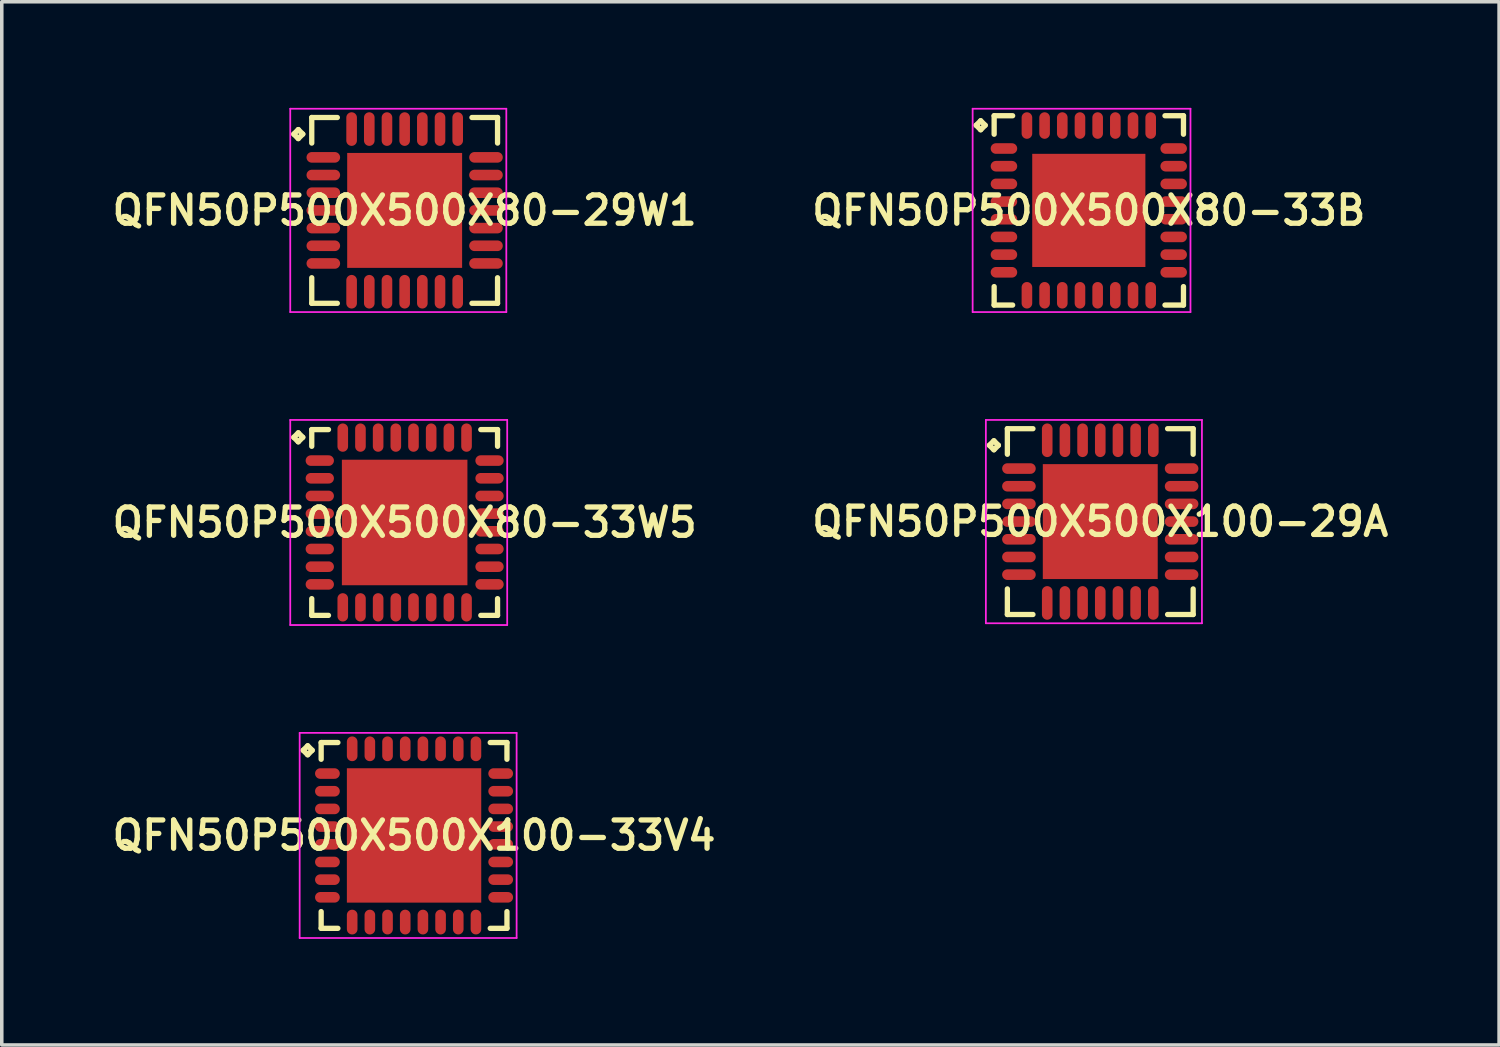
<source format=kicad_pcb>
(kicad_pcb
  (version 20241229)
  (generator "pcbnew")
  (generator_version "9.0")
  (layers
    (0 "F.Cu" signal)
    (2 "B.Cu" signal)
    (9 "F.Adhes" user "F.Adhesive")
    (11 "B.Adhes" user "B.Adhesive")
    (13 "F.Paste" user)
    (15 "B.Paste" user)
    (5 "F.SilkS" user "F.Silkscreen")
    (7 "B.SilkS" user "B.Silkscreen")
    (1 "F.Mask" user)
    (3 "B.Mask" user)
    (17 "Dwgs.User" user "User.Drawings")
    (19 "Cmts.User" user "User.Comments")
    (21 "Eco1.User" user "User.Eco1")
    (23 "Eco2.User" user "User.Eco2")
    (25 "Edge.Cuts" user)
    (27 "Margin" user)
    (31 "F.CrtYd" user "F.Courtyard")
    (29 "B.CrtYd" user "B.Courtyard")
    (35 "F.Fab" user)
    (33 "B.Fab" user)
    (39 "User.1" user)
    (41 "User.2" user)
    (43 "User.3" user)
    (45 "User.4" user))
  (footprint "QFN50P500X500X100-29A"
    (layer "F.Cu")
    (at 28.064 11.7)
    (property "Reference" "QFN50P500X500X100-29A" (at 0 0 0) (layer "F.SilkS") (effects (font (size 0.8 0.8) (thickness 0.15))))
    (attr smd)
    (fp_line (start -3.135 -2.158) (end -3.008 -2.285) (stroke (width 0.15) (type solid)) (layer "F.SilkS"))
    (fp_line (start -3.008 -2.285) (end -2.881 -2.158) (stroke (width 0.15) (type solid)) (layer "F.SilkS"))
    (fp_line (start -3.008 -2.031) (end -3.135 -2.158) (stroke (width 0.15) (type solid)) (layer "F.SilkS"))
    (fp_line (start -2.881 -2.158) (end -3.008 -2.031) (stroke (width 0.15) (type solid)) (layer "F.SilkS"))
    (fp_line (start -2.627 -2.627) (end -1.904 -2.627) (stroke (width 0.15) (type solid)) (layer "F.SilkS"))
    (fp_line (start -2.627 -1.904) (end -2.627 -2.627) (stroke (width 0.15) (type solid)) (layer "F.SilkS"))
    (fp_line (start -2.627 1.904) (end -2.627 2.627) (stroke (width 0.15) (type solid)) (layer "F.SilkS"))
    (fp_line (start -2.627 2.627) (end -1.904 2.627) (stroke (width 0.15) (type solid)) (layer "F.SilkS"))
    (fp_line (start 1.904 -2.627) (end 2.627 -2.627) (stroke (width 0.15) (type solid)) (layer "F.SilkS"))
    (fp_line (start 1.904 2.627) (end 2.627 2.627) (stroke (width 0.15) (type solid)) (layer "F.SilkS"))
    (fp_line (start 2.627 -2.627) (end 2.627 -1.904) (stroke (width 0.15) (type solid)) (layer "F.SilkS"))
    (fp_line (start 2.627 2.627) (end 2.627 1.904) (stroke (width 0.15) (type solid)) (layer "F.SilkS"))
    (fp_line (start -3.235 -2.875) (end 2.875 -2.875) (stroke (width 0.05) (type solid)) (layer "F.CrtYd"))
    (fp_line (start -3.235 2.875) (end -3.235 -2.875) (stroke (width 0.05) (type solid)) (layer "F.CrtYd"))
    (fp_line (start 2.875 -2.875) (end 2.875 2.875) (stroke (width 0.05) (type solid)) (layer "F.CrtYd"))
    (fp_line (start 2.875 2.875) (end -3.235 2.875) (stroke (width 0.05) (type solid)) (layer "F.CrtYd"))
    (pad "1" smd oval (at -2.3 -1.5) (size 0.95 0.3) (layers "F.Cu" "F.Mask" "F.Paste"))
    (pad "2" smd oval (at -2.3 -1) (size 0.95 0.3) (layers "F.Cu" "F.Mask" "F.Paste"))
    (pad "3" smd oval (at -2.3 -0.5) (size 0.95 0.3) (layers "F.Cu" "F.Mask" "F.Paste"))
    (pad "4" smd oval (at -2.3 0) (size 0.95 0.3) (layers "F.Cu" "F.Mask" "F.Paste"))
    (pad "5" smd oval (at -2.3 0.5) (size 0.95 0.3) (layers "F.Cu" "F.Mask" "F.Paste"))
    (pad "6" smd oval (at -2.3 1) (size 0.95 0.3) (layers "F.Cu" "F.Mask" "F.Paste"))
    (pad "7" smd oval (at -2.3 1.5) (size 0.95 0.3) (layers "F.Cu" "F.Mask" "F.Paste"))
    (pad "8" smd oval (at -1.5 2.3) (size 0.3 0.95) (layers "F.Cu" "F.Mask" "F.Paste"))
    (pad "9" smd oval (at -1 2.3) (size 0.3 0.95) (layers "F.Cu" "F.Mask" "F.Paste"))
    (pad "10" smd oval (at -0.5 2.3) (size 0.3 0.95) (layers "F.Cu" "F.Mask" "F.Paste"))
    (pad "11" smd oval (at 0 2.3) (size 0.3 0.95) (layers "F.Cu" "F.Mask" "F.Paste"))
    (pad "12" smd oval (at 0.5 2.3) (size 0.3 0.95) (layers "F.Cu" "F.Mask" "F.Paste"))
    (pad "13" smd oval (at 1 2.3) (size 0.3 0.95) (layers "F.Cu" "F.Mask" "F.Paste"))
    (pad "14" smd oval (at 1.5 2.3) (size 0.3 0.95) (layers "F.Cu" "F.Mask" "F.Paste"))
    (pad "15" smd oval (at 2.3 1.5) (size 0.95 0.3) (layers "F.Cu" "F.Mask" "F.Paste"))
    (pad "16" smd oval (at 2.3 1) (size 0.95 0.3) (layers "F.Cu" "F.Mask" "F.Paste"))
    (pad "17" smd oval (at 2.3 0.5) (size 0.95 0.3) (layers "F.Cu" "F.Mask" "F.Paste"))
    (pad "18" smd oval (at 2.3 0) (size 0.95 0.3) (layers "F.Cu" "F.Mask" "F.Paste"))
    (pad "19" smd oval (at 2.3 -0.5) (size 0.95 0.3) (layers "F.Cu" "F.Mask" "F.Paste"))
    (pad "20" smd oval (at 2.3 -1) (size 0.95 0.3) (layers "F.Cu" "F.Mask" "F.Paste"))
    (pad "21" smd oval (at 2.3 -1.5) (size 0.95 0.3) (layers "F.Cu" "F.Mask" "F.Paste"))
    (pad "22" smd oval (at 1.5 -2.3) (size 0.3 0.95) (layers "F.Cu" "F.Mask" "F.Paste"))
    (pad "23" smd oval (at 1 -2.3) (size 0.3 0.95) (layers "F.Cu" "F.Mask" "F.Paste"))
    (pad "24" smd oval (at 0.5 -2.3) (size 0.3 0.95) (layers "F.Cu" "F.Mask" "F.Paste"))
    (pad "25" smd oval (at 0 -2.3) (size 0.3 0.95) (layers "F.Cu" "F.Mask" "F.Paste"))
    (pad "26" smd oval (at -0.5 -2.3) (size 0.3 0.95) (layers "F.Cu" "F.Mask" "F.Paste"))
    (pad "27" smd oval (at -1 -2.3) (size 0.3 0.95) (layers "F.Cu" "F.Mask" "F.Paste"))
    (pad "28" smd oval (at -1.5 -2.3) (size 0.3 0.95) (layers "F.Cu" "F.Mask" "F.Paste"))
    (pad "29" smd rect (at 0 0) (size 3.25 3.25) (layers "F.Cu" "F.Mask" "F.Paste")))
  (footprint "QFN50P500X500X80-33B"
    (layer "F.Cu")
    (at 27.74 2.9)
    (property "Reference" "QFN50P500X500X80-33B" (at 0 0 0) (layer "F.SilkS") (effects (font (size 0.8 0.8) (thickness 0.15))))
    (attr smd)
    (fp_line (start -3.185 -2.408) (end -3.058 -2.535) (stroke (width 0.15) (type solid)) (layer "F.SilkS"))
    (fp_line (start -3.058 -2.535) (end -2.931 -2.408) (stroke (width 0.15) (type solid)) (layer "F.SilkS"))
    (fp_line (start -3.058 -2.281) (end -3.185 -2.408) (stroke (width 0.15) (type solid)) (layer "F.SilkS"))
    (fp_line (start -2.931 -2.408) (end -3.058 -2.281) (stroke (width 0.15) (type solid)) (layer "F.SilkS"))
    (fp_line (start -2.677 -2.677) (end -2.154 -2.677) (stroke (width 0.15) (type solid)) (layer "F.SilkS"))
    (fp_line (start -2.677 -2.154) (end -2.677 -2.677) (stroke (width 0.15) (type solid)) (layer "F.SilkS"))
    (fp_line (start -2.677 2.154) (end -2.677 2.677) (stroke (width 0.15) (type solid)) (layer "F.SilkS"))
    (fp_line (start -2.677 2.677) (end -2.154 2.677) (stroke (width 0.15) (type solid)) (layer "F.SilkS"))
    (fp_line (start 2.154 -2.677) (end 2.677 -2.677) (stroke (width 0.15) (type solid)) (layer "F.SilkS"))
    (fp_line (start 2.154 2.677) (end 2.677 2.677) (stroke (width 0.15) (type solid)) (layer "F.SilkS"))
    (fp_line (start 2.677 -2.677) (end 2.677 -2.154) (stroke (width 0.15) (type solid)) (layer "F.SilkS"))
    (fp_line (start 2.677 2.677) (end 2.677 2.154) (stroke (width 0.15) (type solid)) (layer "F.SilkS"))
    (fp_line (start -3.285 -2.875) (end 2.875 -2.875) (stroke (width 0.05) (type solid)) (layer "F.CrtYd"))
    (fp_line (start -3.285 2.875) (end -3.285 -2.875) (stroke (width 0.05) (type solid)) (layer "F.CrtYd"))
    (fp_line (start 2.875 -2.875) (end 2.875 2.875) (stroke (width 0.05) (type solid)) (layer "F.CrtYd"))
    (fp_line (start 2.875 2.875) (end -3.285 2.875) (stroke (width 0.05) (type solid)) (layer "F.CrtYd"))
    (pad "1" smd oval (at -2.4 -1.75) (size 0.75 0.3) (layers "F.Cu" "F.Mask" "F.Paste"))
    (pad "2" smd oval (at -2.4 -1.25) (size 0.75 0.3) (layers "F.Cu" "F.Mask" "F.Paste"))
    (pad "3" smd oval (at -2.4 -0.75) (size 0.75 0.3) (layers "F.Cu" "F.Mask" "F.Paste"))
    (pad "4" smd oval (at -2.4 -0.25) (size 0.75 0.3) (layers "F.Cu" "F.Mask" "F.Paste"))
    (pad "5" smd oval (at -2.4 0.25) (size 0.75 0.3) (layers "F.Cu" "F.Mask" "F.Paste"))
    (pad "6" smd oval (at -2.4 0.75) (size 0.75 0.3) (layers "F.Cu" "F.Mask" "F.Paste"))
    (pad "7" smd oval (at -2.4 1.25) (size 0.75 0.3) (layers "F.Cu" "F.Mask" "F.Paste"))
    (pad "8" smd oval (at -2.4 1.75) (size 0.75 0.3) (layers "F.Cu" "F.Mask" "F.Paste"))
    (pad "9" smd oval (at -1.75 2.4) (size 0.3 0.75) (layers "F.Cu" "F.Mask" "F.Paste"))
    (pad "10" smd oval (at -1.25 2.4) (size 0.3 0.75) (layers "F.Cu" "F.Mask" "F.Paste"))
    (pad "11" smd oval (at -0.75 2.4) (size 0.3 0.75) (layers "F.Cu" "F.Mask" "F.Paste"))
    (pad "12" smd oval (at -0.25 2.4) (size 0.3 0.75) (layers "F.Cu" "F.Mask" "F.Paste"))
    (pad "13" smd oval (at 0.25 2.4) (size 0.3 0.75) (layers "F.Cu" "F.Mask" "F.Paste"))
    (pad "14" smd oval (at 0.75 2.4) (size 0.3 0.75) (layers "F.Cu" "F.Mask" "F.Paste"))
    (pad "15" smd oval (at 1.25 2.4) (size 0.3 0.75) (layers "F.Cu" "F.Mask" "F.Paste"))
    (pad "16" smd oval (at 1.75 2.4) (size 0.3 0.75) (layers "F.Cu" "F.Mask" "F.Paste"))
    (pad "17" smd oval (at 2.4 1.75) (size 0.75 0.3) (layers "F.Cu" "F.Mask" "F.Paste"))
    (pad "18" smd oval (at 2.4 1.25) (size 0.75 0.3) (layers "F.Cu" "F.Mask" "F.Paste"))
    (pad "19" smd oval (at 2.4 0.75) (size 0.75 0.3) (layers "F.Cu" "F.Mask" "F.Paste"))
    (pad "20" smd oval (at 2.4 0.25) (size 0.75 0.3) (layers "F.Cu" "F.Mask" "F.Paste"))
    (pad "21" smd oval (at 2.4 -0.25) (size 0.75 0.3) (layers "F.Cu" "F.Mask" "F.Paste"))
    (pad "22" smd oval (at 2.4 -0.75) (size 0.75 0.3) (layers "F.Cu" "F.Mask" "F.Paste"))
    (pad "23" smd oval (at 2.4 -1.25) (size 0.75 0.3) (layers "F.Cu" "F.Mask" "F.Paste"))
    (pad "24" smd oval (at 2.4 -1.75) (size 0.75 0.3) (layers "F.Cu" "F.Mask" "F.Paste"))
    (pad "25" smd oval (at 1.75 -2.4) (size 0.3 0.75) (layers "F.Cu" "F.Mask" "F.Paste"))
    (pad "26" smd oval (at 1.25 -2.4) (size 0.3 0.75) (layers "F.Cu" "F.Mask" "F.Paste"))
    (pad "27" smd oval (at 0.75 -2.4) (size 0.3 0.75) (layers "F.Cu" "F.Mask" "F.Paste"))
    (pad "28" smd oval (at 0.25 -2.4) (size 0.3 0.75) (layers "F.Cu" "F.Mask" "F.Paste"))
    (pad "29" smd oval (at -0.25 -2.4) (size 0.3 0.75) (layers "F.Cu" "F.Mask" "F.Paste"))
    (pad "30" smd oval (at -0.75 -2.4) (size 0.3 0.75) (layers "F.Cu" "F.Mask" "F.Paste"))
    (pad "31" smd oval (at -1.25 -2.4) (size 0.3 0.75) (layers "F.Cu" "F.Mask" "F.Paste"))
    (pad "32" smd oval (at -1.75 -2.4) (size 0.3 0.75) (layers "F.Cu" "F.Mask" "F.Paste"))
    (pad "33" smd rect (at 0 0) (size 3.2 3.2) (layers "F.Cu" "F.Mask" "F.Paste")))
  (footprint "QFN50P500X500X100-33V4"
    (layer "F.Cu")
    (at 8.659 20.575)
    (property "Reference" "QFN50P500X500X100-33V4" (at 0 0 0) (layer "F.SilkS") (effects (font (size 0.8 0.8) (thickness 0.15))))
    (attr smd)
    (fp_line (start -3.135 -2.408) (end -3.008 -2.535) (stroke (width 0.15) (type solid)) (layer "F.SilkS"))
    (fp_line (start -3.008 -2.535) (end -2.881 -2.408) (stroke (width 0.15) (type solid)) (layer "F.SilkS"))
    (fp_line (start -3.008 -2.281) (end -3.135 -2.408) (stroke (width 0.15) (type solid)) (layer "F.SilkS"))
    (fp_line (start -2.881 -2.408) (end -3.008 -2.281) (stroke (width 0.15) (type solid)) (layer "F.SilkS"))
    (fp_line (start -2.627 -2.627) (end -2.154 -2.627) (stroke (width 0.15) (type solid)) (layer "F.SilkS"))
    (fp_line (start -2.627 -2.154) (end -2.627 -2.627) (stroke (width 0.15) (type solid)) (layer "F.SilkS"))
    (fp_line (start -2.627 2.154) (end -2.627 2.627) (stroke (width 0.15) (type solid)) (layer "F.SilkS"))
    (fp_line (start -2.627 2.627) (end -2.154 2.627) (stroke (width 0.15) (type solid)) (layer "F.SilkS"))
    (fp_line (start 2.154 -2.627) (end 2.627 -2.627) (stroke (width 0.15) (type solid)) (layer "F.SilkS"))
    (fp_line (start 2.154 2.627) (end 2.627 2.627) (stroke (width 0.15) (type solid)) (layer "F.SilkS"))
    (fp_line (start 2.627 -2.627) (end 2.627 -2.154) (stroke (width 0.15) (type solid)) (layer "F.SilkS"))
    (fp_line (start 2.627 2.627) (end 2.627 2.154) (stroke (width 0.15) (type solid)) (layer "F.SilkS"))
    (fp_line (start -3.235 -2.9) (end 2.9 -2.9) (stroke (width 0.05) (type solid)) (layer "F.CrtYd"))
    (fp_line (start -3.235 2.9) (end -3.235 -2.9) (stroke (width 0.05) (type solid)) (layer "F.CrtYd"))
    (fp_line (start 2.9 -2.9) (end 2.9 2.9) (stroke (width 0.05) (type solid)) (layer "F.CrtYd"))
    (fp_line (start 2.9 2.9) (end -3.235 2.9) (stroke (width 0.05) (type solid)) (layer "F.CrtYd"))
    (pad "1" smd oval (at -2.45 -1.75) (size 0.7 0.3) (layers "F.Cu" "F.Mask" "F.Paste"))
    (pad "2" smd oval (at -2.45 -1.25) (size 0.7 0.3) (layers "F.Cu" "F.Mask" "F.Paste"))
    (pad "3" smd oval (at -2.45 -0.75) (size 0.7 0.3) (layers "F.Cu" "F.Mask" "F.Paste"))
    (pad "4" smd oval (at -2.45 -0.25) (size 0.7 0.3) (layers "F.Cu" "F.Mask" "F.Paste"))
    (pad "5" smd oval (at -2.45 0.25) (size 0.7 0.3) (layers "F.Cu" "F.Mask" "F.Paste"))
    (pad "6" smd oval (at -2.45 0.75) (size 0.7 0.3) (layers "F.Cu" "F.Mask" "F.Paste"))
    (pad "7" smd oval (at -2.45 1.25) (size 0.7 0.3) (layers "F.Cu" "F.Mask" "F.Paste"))
    (pad "8" smd oval (at -2.45 1.75) (size 0.7 0.3) (layers "F.Cu" "F.Mask" "F.Paste"))
    (pad "9" smd oval (at -1.75 2.45) (size 0.3 0.7) (layers "F.Cu" "F.Mask" "F.Paste"))
    (pad "10" smd oval (at -1.25 2.45) (size 0.3 0.7) (layers "F.Cu" "F.Mask" "F.Paste"))
    (pad "11" smd oval (at -0.75 2.45) (size 0.3 0.7) (layers "F.Cu" "F.Mask" "F.Paste"))
    (pad "12" smd oval (at -0.25 2.45) (size 0.3 0.7) (layers "F.Cu" "F.Mask" "F.Paste"))
    (pad "13" smd oval (at 0.25 2.45) (size 0.3 0.7) (layers "F.Cu" "F.Mask" "F.Paste"))
    (pad "14" smd oval (at 0.75 2.45) (size 0.3 0.7) (layers "F.Cu" "F.Mask" "F.Paste"))
    (pad "15" smd oval (at 1.25 2.45) (size 0.3 0.7) (layers "F.Cu" "F.Mask" "F.Paste"))
    (pad "16" smd oval (at 1.75 2.45) (size 0.3 0.7) (layers "F.Cu" "F.Mask" "F.Paste"))
    (pad "17" smd oval (at 2.45 1.75) (size 0.7 0.3) (layers "F.Cu" "F.Mask" "F.Paste"))
    (pad "18" smd oval (at 2.45 1.25) (size 0.7 0.3) (layers "F.Cu" "F.Mask" "F.Paste"))
    (pad "19" smd oval (at 2.45 0.75) (size 0.7 0.3) (layers "F.Cu" "F.Mask" "F.Paste"))
    (pad "20" smd oval (at 2.45 0.25) (size 0.7 0.3) (layers "F.Cu" "F.Mask" "F.Paste"))
    (pad "21" smd oval (at 2.45 -0.25) (size 0.7 0.3) (layers "F.Cu" "F.Mask" "F.Paste"))
    (pad "22" smd oval (at 2.45 -0.75) (size 0.7 0.3) (layers "F.Cu" "F.Mask" "F.Paste"))
    (pad "23" smd oval (at 2.45 -1.25) (size 0.7 0.3) (layers "F.Cu" "F.Mask" "F.Paste"))
    (pad "24" smd oval (at 2.45 -1.75) (size 0.7 0.3) (layers "F.Cu" "F.Mask" "F.Paste"))
    (pad "25" smd oval (at 1.75 -2.45) (size 0.3 0.7) (layers "F.Cu" "F.Mask" "F.Paste"))
    (pad "26" smd oval (at 1.25 -2.45) (size 0.3 0.7) (layers "F.Cu" "F.Mask" "F.Paste"))
    (pad "27" smd oval (at 0.75 -2.45) (size 0.3 0.7) (layers "F.Cu" "F.Mask" "F.Paste"))
    (pad "28" smd oval (at 0.25 -2.45) (size 0.3 0.7) (layers "F.Cu" "F.Mask" "F.Paste"))
    (pad "29" smd oval (at -0.25 -2.45) (size 0.3 0.7) (layers "F.Cu" "F.Mask" "F.Paste"))
    (pad "30" smd oval (at -0.75 -2.45) (size 0.3 0.7) (layers "F.Cu" "F.Mask" "F.Paste"))
    (pad "31" smd oval (at -1.25 -2.45) (size 0.3 0.7) (layers "F.Cu" "F.Mask" "F.Paste"))
    (pad "32" smd oval (at -1.75 -2.45) (size 0.3 0.7) (layers "F.Cu" "F.Mask" "F.Paste"))
    (pad "33" smd rect (at 0 0) (size 3.8 3.8) (layers "F.Cu" "F.Mask" "F.Paste")))
  (footprint "QFN50P500X500X80-29W1"
    (layer "F.Cu")
    (at 8.393 2.9)
    (property "Reference" "QFN50P500X500X80-29W1" (at 0 0 0) (layer "F.SilkS") (effects (font (size 0.8 0.8) (thickness 0.15))))
    (attr smd)
    (fp_line (start -3.135 -2.158) (end -3.008 -2.285) (stroke (width 0.15) (type solid)) (layer "F.SilkS"))
    (fp_line (start -3.008 -2.285) (end -2.881 -2.158) (stroke (width 0.15) (type solid)) (layer "F.SilkS"))
    (fp_line (start -3.008 -2.031) (end -3.135 -2.158) (stroke (width 0.15) (type solid)) (layer "F.SilkS"))
    (fp_line (start -2.881 -2.158) (end -3.008 -2.031) (stroke (width 0.15) (type solid)) (layer "F.SilkS"))
    (fp_line (start -2.627 -2.627) (end -1.904 -2.627) (stroke (width 0.15) (type solid)) (layer "F.SilkS"))
    (fp_line (start -2.627 -1.904) (end -2.627 -2.627) (stroke (width 0.15) (type solid)) (layer "F.SilkS"))
    (fp_line (start -2.627 1.904) (end -2.627 2.627) (stroke (width 0.15) (type solid)) (layer "F.SilkS"))
    (fp_line (start -2.627 2.627) (end -1.904 2.627) (stroke (width 0.15) (type solid)) (layer "F.SilkS"))
    (fp_line (start 1.904 -2.627) (end 2.627 -2.627) (stroke (width 0.15) (type solid)) (layer "F.SilkS"))
    (fp_line (start 1.904 2.627) (end 2.627 2.627) (stroke (width 0.15) (type solid)) (layer "F.SilkS"))
    (fp_line (start 2.627 -2.627) (end 2.627 -1.904) (stroke (width 0.15) (type solid)) (layer "F.SilkS"))
    (fp_line (start 2.627 2.627) (end 2.627 1.904) (stroke (width 0.15) (type solid)) (layer "F.SilkS"))
    (fp_line (start -3.235 -2.875) (end 2.875 -2.875) (stroke (width 0.05) (type solid)) (layer "F.CrtYd"))
    (fp_line (start -3.235 2.875) (end -3.235 -2.875) (stroke (width 0.05) (type solid)) (layer "F.CrtYd"))
    (fp_line (start 2.875 -2.875) (end 2.875 2.875) (stroke (width 0.05) (type solid)) (layer "F.CrtYd"))
    (fp_line (start 2.875 2.875) (end -3.235 2.875) (stroke (width 0.05) (type solid)) (layer "F.CrtYd"))
    (pad "1" smd oval (at -2.3 -1.5) (size 0.95 0.3) (layers "F.Cu" "F.Mask" "F.Paste"))
    (pad "2" smd oval (at -2.3 -1) (size 0.95 0.3) (layers "F.Cu" "F.Mask" "F.Paste"))
    (pad "3" smd oval (at -2.3 -0.5) (size 0.95 0.3) (layers "F.Cu" "F.Mask" "F.Paste"))
    (pad "4" smd oval (at -2.3 0) (size 0.95 0.3) (layers "F.Cu" "F.Mask" "F.Paste"))
    (pad "5" smd oval (at -2.3 0.5) (size 0.95 0.3) (layers "F.Cu" "F.Mask" "F.Paste"))
    (pad "6" smd oval (at -2.3 1) (size 0.95 0.3) (layers "F.Cu" "F.Mask" "F.Paste"))
    (pad "7" smd oval (at -2.3 1.5) (size 0.95 0.3) (layers "F.Cu" "F.Mask" "F.Paste"))
    (pad "8" smd oval (at -1.5 2.3) (size 0.3 0.95) (layers "F.Cu" "F.Mask" "F.Paste"))
    (pad "9" smd oval (at -1 2.3) (size 0.3 0.95) (layers "F.Cu" "F.Mask" "F.Paste"))
    (pad "10" smd oval (at -0.5 2.3) (size 0.3 0.95) (layers "F.Cu" "F.Mask" "F.Paste"))
    (pad "11" smd oval (at 0 2.3) (size 0.3 0.95) (layers "F.Cu" "F.Mask" "F.Paste"))
    (pad "12" smd oval (at 0.5 2.3) (size 0.3 0.95) (layers "F.Cu" "F.Mask" "F.Paste"))
    (pad "13" smd oval (at 1 2.3) (size 0.3 0.95) (layers "F.Cu" "F.Mask" "F.Paste"))
    (pad "14" smd oval (at 1.5 2.3) (size 0.3 0.95) (layers "F.Cu" "F.Mask" "F.Paste"))
    (pad "15" smd oval (at 2.3 1.5) (size 0.95 0.3) (layers "F.Cu" "F.Mask" "F.Paste"))
    (pad "16" smd oval (at 2.3 1) (size 0.95 0.3) (layers "F.Cu" "F.Mask" "F.Paste"))
    (pad "17" smd oval (at 2.3 0.5) (size 0.95 0.3) (layers "F.Cu" "F.Mask" "F.Paste"))
    (pad "18" smd oval (at 2.3 0) (size 0.95 0.3) (layers "F.Cu" "F.Mask" "F.Paste"))
    (pad "19" smd oval (at 2.3 -0.5) (size 0.95 0.3) (layers "F.Cu" "F.Mask" "F.Paste"))
    (pad "20" smd oval (at 2.3 -1) (size 0.95 0.3) (layers "F.Cu" "F.Mask" "F.Paste"))
    (pad "21" smd oval (at 2.3 -1.5) (size 0.95 0.3) (layers "F.Cu" "F.Mask" "F.Paste"))
    (pad "22" smd oval (at 1.5 -2.3) (size 0.3 0.95) (layers "F.Cu" "F.Mask" "F.Paste"))
    (pad "23" smd oval (at 1 -2.3) (size 0.3 0.95) (layers "F.Cu" "F.Mask" "F.Paste"))
    (pad "24" smd oval (at 0.5 -2.3) (size 0.3 0.95) (layers "F.Cu" "F.Mask" "F.Paste"))
    (pad "25" smd oval (at 0 -2.3) (size 0.3 0.95) (layers "F.Cu" "F.Mask" "F.Paste"))
    (pad "26" smd oval (at -0.5 -2.3) (size 0.3 0.95) (layers "F.Cu" "F.Mask" "F.Paste"))
    (pad "27" smd oval (at -1 -2.3) (size 0.3 0.95) (layers "F.Cu" "F.Mask" "F.Paste"))
    (pad "28" smd oval (at -1.5 -2.3) (size 0.3 0.95) (layers "F.Cu" "F.Mask" "F.Paste"))
    (pad "29" smd rect (at 0 0) (size 3.25 3.25) (layers "F.Cu" "F.Mask" "F.Paste")))
  (footprint "QFN50P500X500X80-33W5"
    (layer "F.Cu")
    (at 8.393 11.725)
    (property "Reference" "QFN50P500X500X80-33W5" (at 0 0 0) (layer "F.SilkS") (effects (font (size 0.8 0.8) (thickness 0.15))))
    (attr smd)
    (fp_line (start -3.135 -2.408) (end -3.008 -2.535) (stroke (width 0.15) (type solid)) (layer "F.SilkS"))
    (fp_line (start -3.008 -2.535) (end -2.881 -2.408) (stroke (width 0.15) (type solid)) (layer "F.SilkS"))
    (fp_line (start -3.008 -2.281) (end -3.135 -2.408) (stroke (width 0.15) (type solid)) (layer "F.SilkS"))
    (fp_line (start -2.881 -2.408) (end -3.008 -2.281) (stroke (width 0.15) (type solid)) (layer "F.SilkS"))
    (fp_line (start -2.627 -2.627) (end -2.154 -2.627) (stroke (width 0.15) (type solid)) (layer "F.SilkS"))
    (fp_line (start -2.627 -2.154) (end -2.627 -2.627) (stroke (width 0.15) (type solid)) (layer "F.SilkS"))
    (fp_line (start -2.627 2.154) (end -2.627 2.627) (stroke (width 0.15) (type solid)) (layer "F.SilkS"))
    (fp_line (start -2.627 2.627) (end -2.154 2.627) (stroke (width 0.15) (type solid)) (layer "F.SilkS"))
    (fp_line (start 2.154 -2.627) (end 2.627 -2.627) (stroke (width 0.15) (type solid)) (layer "F.SilkS"))
    (fp_line (start 2.154 2.627) (end 2.627 2.627) (stroke (width 0.15) (type solid)) (layer "F.SilkS"))
    (fp_line (start 2.627 -2.627) (end 2.627 -2.154) (stroke (width 0.15) (type solid)) (layer "F.SilkS"))
    (fp_line (start 2.627 2.627) (end 2.627 2.154) (stroke (width 0.15) (type solid)) (layer "F.SilkS"))
    (fp_line (start -3.235 -2.9) (end 2.9 -2.9) (stroke (width 0.05) (type solid)) (layer "F.CrtYd"))
    (fp_line (start -3.235 2.9) (end -3.235 -2.9) (stroke (width 0.05) (type solid)) (layer "F.CrtYd"))
    (fp_line (start 2.9 -2.9) (end 2.9 2.9) (stroke (width 0.05) (type solid)) (layer "F.CrtYd"))
    (fp_line (start 2.9 2.9) (end -3.235 2.9) (stroke (width 0.05) (type solid)) (layer "F.CrtYd"))
    (pad "1" smd oval (at -2.4 -1.75) (size 0.8 0.3) (layers "F.Cu" "F.Mask" "F.Paste"))
    (pad "2" smd oval (at -2.4 -1.25) (size 0.8 0.3) (layers "F.Cu" "F.Mask" "F.Paste"))
    (pad "3" smd oval (at -2.4 -0.75) (size 0.8 0.3) (layers "F.Cu" "F.Mask" "F.Paste"))
    (pad "4" smd oval (at -2.4 -0.25) (size 0.8 0.3) (layers "F.Cu" "F.Mask" "F.Paste"))
    (pad "5" smd oval (at -2.4 0.25) (size 0.8 0.3) (layers "F.Cu" "F.Mask" "F.Paste"))
    (pad "6" smd oval (at -2.4 0.75) (size 0.8 0.3) (layers "F.Cu" "F.Mask" "F.Paste"))
    (pad "7" smd oval (at -2.4 1.25) (size 0.8 0.3) (layers "F.Cu" "F.Mask" "F.Paste"))
    (pad "8" smd oval (at -2.4 1.75) (size 0.8 0.3) (layers "F.Cu" "F.Mask" "F.Paste"))
    (pad "9" smd oval (at -1.75 2.4) (size 0.3 0.8) (layers "F.Cu" "F.Mask" "F.Paste"))
    (pad "10" smd oval (at -1.25 2.4) (size 0.3 0.8) (layers "F.Cu" "F.Mask" "F.Paste"))
    (pad "11" smd oval (at -0.75 2.4) (size 0.3 0.8) (layers "F.Cu" "F.Mask" "F.Paste"))
    (pad "12" smd oval (at -0.25 2.4) (size 0.3 0.8) (layers "F.Cu" "F.Mask" "F.Paste"))
    (pad "13" smd oval (at 0.25 2.4) (size 0.3 0.8) (layers "F.Cu" "F.Mask" "F.Paste"))
    (pad "14" smd oval (at 0.75 2.4) (size 0.3 0.8) (layers "F.Cu" "F.Mask" "F.Paste"))
    (pad "15" smd oval (at 1.25 2.4) (size 0.3 0.8) (layers "F.Cu" "F.Mask" "F.Paste"))
    (pad "16" smd oval (at 1.75 2.4) (size 0.3 0.8) (layers "F.Cu" "F.Mask" "F.Paste"))
    (pad "17" smd oval (at 2.4 1.75) (size 0.8 0.3) (layers "F.Cu" "F.Mask" "F.Paste"))
    (pad "18" smd oval (at 2.4 1.25) (size 0.8 0.3) (layers "F.Cu" "F.Mask" "F.Paste"))
    (pad "19" smd oval (at 2.4 0.75) (size 0.8 0.3) (layers "F.Cu" "F.Mask" "F.Paste"))
    (pad "20" smd oval (at 2.4 0.25) (size 0.8 0.3) (layers "F.Cu" "F.Mask" "F.Paste"))
    (pad "21" smd oval (at 2.4 -0.25) (size 0.8 0.3) (layers "F.Cu" "F.Mask" "F.Paste"))
    (pad "22" smd oval (at 2.4 -0.75) (size 0.8 0.3) (layers "F.Cu" "F.Mask" "F.Paste"))
    (pad "23" smd oval (at 2.4 -1.25) (size 0.8 0.3) (layers "F.Cu" "F.Mask" "F.Paste"))
    (pad "24" smd oval (at 2.4 -1.75) (size 0.8 0.3) (layers "F.Cu" "F.Mask" "F.Paste"))
    (pad "25" smd oval (at 1.75 -2.4) (size 0.3 0.8) (layers "F.Cu" "F.Mask" "F.Paste"))
    (pad "26" smd oval (at 1.25 -2.4) (size 0.3 0.8) (layers "F.Cu" "F.Mask" "F.Paste"))
    (pad "27" smd oval (at 0.75 -2.4) (size 0.3 0.8) (layers "F.Cu" "F.Mask" "F.Paste"))
    (pad "28" smd oval (at 0.25 -2.4) (size 0.3 0.8) (layers "F.Cu" "F.Mask" "F.Paste"))
    (pad "29" smd oval (at -0.25 -2.4) (size 0.3 0.8) (layers "F.Cu" "F.Mask" "F.Paste"))
    (pad "30" smd oval (at -0.75 -2.4) (size 0.3 0.8) (layers "F.Cu" "F.Mask" "F.Paste"))
    (pad "31" smd oval (at -1.25 -2.4) (size 0.3 0.8) (layers "F.Cu" "F.Mask" "F.Paste"))
    (pad "32" smd oval (at -1.75 -2.4) (size 0.3 0.8) (layers "F.Cu" "F.Mask" "F.Paste"))
    (pad "33" smd rect (at 0 0) (size 3.55 3.55) (layers "F.Cu" "F.Mask" "F.Paste")))
  (gr_rect
    (start -3 -3)
    (end 39.342 26.5)
    (stroke (width 0.1) (type default))
    (fill no)
    (layer "Edge.Cuts")))
</source>
